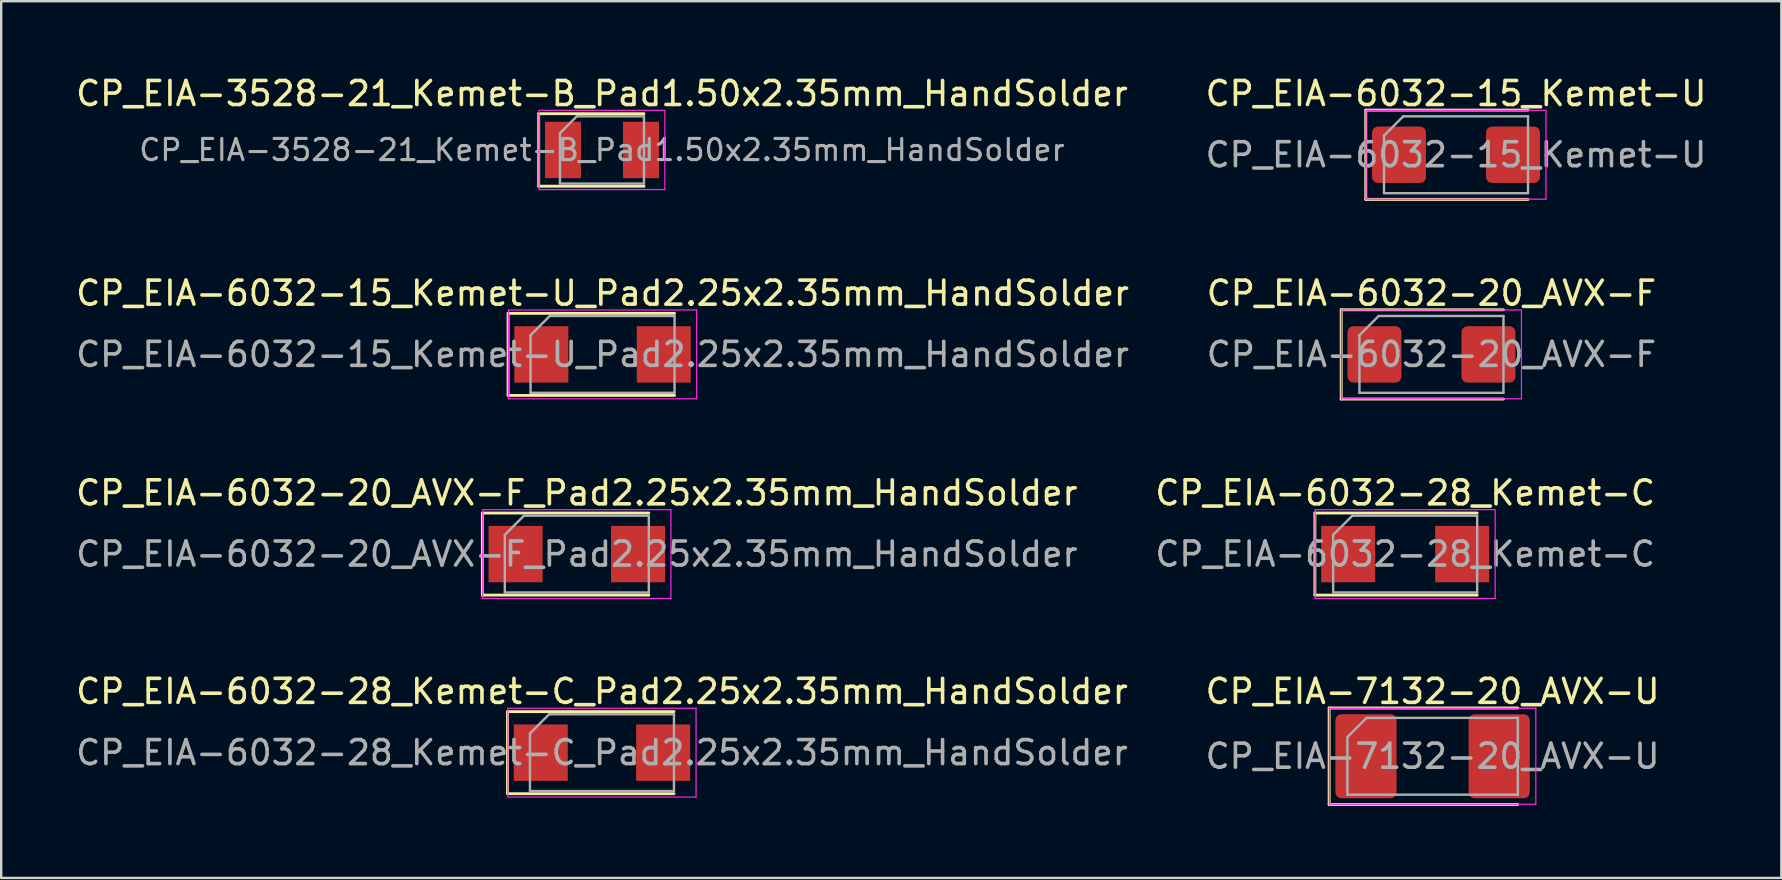
<source format=kicad_pcb>
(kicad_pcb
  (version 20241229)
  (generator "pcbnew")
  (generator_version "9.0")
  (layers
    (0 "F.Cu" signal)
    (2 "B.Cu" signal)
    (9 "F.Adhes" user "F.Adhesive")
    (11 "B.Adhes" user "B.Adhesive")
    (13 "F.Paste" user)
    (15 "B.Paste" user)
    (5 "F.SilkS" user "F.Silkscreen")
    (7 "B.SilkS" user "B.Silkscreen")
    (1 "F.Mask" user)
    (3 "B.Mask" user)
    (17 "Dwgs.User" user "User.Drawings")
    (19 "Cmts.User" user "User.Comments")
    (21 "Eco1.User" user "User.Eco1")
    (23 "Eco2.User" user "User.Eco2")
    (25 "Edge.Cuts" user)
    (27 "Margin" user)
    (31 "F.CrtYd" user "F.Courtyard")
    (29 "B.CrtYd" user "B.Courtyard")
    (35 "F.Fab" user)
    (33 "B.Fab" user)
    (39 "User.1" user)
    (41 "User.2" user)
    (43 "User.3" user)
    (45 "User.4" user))
  (footprint "CP_EIA-6032-28_Kemet-C_Pad2.25x2.35mm_HandSolder"
    (layer "F.Cu")
    (at 22.03 28.308)
    (property "Reference" "CP_EIA-6032-28_Kemet-C_Pad2.25x2.35mm_HandSolder" (at 0 -2.55 0) (layer "F.SilkS") (effects (font (size 1 1) (thickness 0.15))))
    (attr smd)
    (fp_line (start -3.935 -1.71) (end -3.935 1.71) (stroke (width 0.12) (type solid)) (layer "F.SilkS"))
    (fp_line (start -3.935 1.71) (end 3 1.71) (stroke (width 0.12) (type solid)) (layer "F.SilkS"))
    (fp_line (start 3 -1.71) (end -3.935 -1.71) (stroke (width 0.12) (type solid)) (layer "F.SilkS"))
    (fp_line (start -3.92 -1.85) (end 3.92 -1.85) (stroke (width 0.05) (type solid)) (layer "F.CrtYd"))
    (fp_line (start -3.92 1.85) (end -3.92 -1.85) (stroke (width 0.05) (type solid)) (layer "F.CrtYd"))
    (fp_line (start 3.92 -1.85) (end 3.92 1.85) (stroke (width 0.05) (type solid)) (layer "F.CrtYd"))
    (fp_line (start 3.92 1.85) (end -3.92 1.85) (stroke (width 0.05) (type solid)) (layer "F.CrtYd"))
    (fp_line (start -3 -0.8) (end -3 1.6) (stroke (width 0.1) (type solid)) (layer "F.Fab"))
    (fp_line (start -3 1.6) (end 3 1.6) (stroke (width 0.1) (type solid)) (layer "F.Fab"))
    (fp_line (start -2.2 -1.6) (end -3 -0.8) (stroke (width 0.1) (type solid)) (layer "F.Fab"))
    (fp_line (start 3 -1.6) (end -2.2 -1.6) (stroke (width 0.1) (type solid)) (layer "F.Fab"))
    (fp_line (start 3 1.6) (end 3 -1.6) (stroke (width 0.1) (type solid)) (layer "F.Fab"))
    (fp_text user "${REFERENCE}" (at 0 0 0) (layer "F.Fab") (effects (font (size 1 1) (thickness 0.15))))
    (pad "1" smd rect (at -2.55 0) (size 2.25 2.35) (layers "F.Cu" "F.Mask" "F.Paste"))
    (pad "2" smd rect (at 2.55 0) (size 2.25 2.35) (layers "F.Cu" "F.Mask" "F.Paste")))
  (footprint "CP_EIA-7132-20_AVX-U"
    (layer "F.Cu")
    (at 56.637 28.458)
    (property "Reference" "CP_EIA-7132-20_AVX-U" (at 0 -2.7 0) (layer "F.SilkS") (effects (font (size 1 1) (thickness 0.15))))
    (attr smd)
    (fp_line (start -4.31 -2.01) (end -4.31 2.01) (stroke (width 0.12) (type solid)) (layer "F.SilkS"))
    (fp_line (start -4.31 2.01) (end 3.55 2.01) (stroke (width 0.12) (type solid)) (layer "F.SilkS"))
    (fp_line (start 3.55 -2.01) (end -4.31 -2.01) (stroke (width 0.12) (type solid)) (layer "F.SilkS"))
    (fp_line (start -4.3 -2) (end 4.3 -2) (stroke (width 0.05) (type solid)) (layer "F.CrtYd"))
    (fp_line (start -4.3 2) (end -4.3 -2) (stroke (width 0.05) (type solid)) (layer "F.CrtYd"))
    (fp_line (start 4.3 -2) (end 4.3 2) (stroke (width 0.05) (type solid)) (layer "F.CrtYd"))
    (fp_line (start 4.3 2) (end -4.3 2) (stroke (width 0.05) (type solid)) (layer "F.CrtYd"))
    (fp_line (start -3.55 -0.8) (end -3.55 1.6) (stroke (width 0.1) (type solid)) (layer "F.Fab"))
    (fp_line (start -3.55 1.6) (end 3.55 1.6) (stroke (width 0.1) (type solid)) (layer "F.Fab"))
    (fp_line (start -2.75 -1.6) (end -3.55 -0.8) (stroke (width 0.1) (type solid)) (layer "F.Fab"))
    (fp_line (start 3.55 -1.6) (end -2.75 -1.6) (stroke (width 0.1) (type solid)) (layer "F.Fab"))
    (fp_line (start 3.55 1.6) (end 3.55 -1.6) (stroke (width 0.1) (type solid)) (layer "F.Fab"))
    (fp_text user "${REFERENCE}" (at 0 0 0) (layer "F.Fab") (effects (font (size 1 1) (thickness 0.15))))
    (pad "1" smd roundrect (at -2.775 0) (size 2.55 3.5) (layers "F.Cu" "F.Mask" "F.Paste") (roundrect_rratio 0.098))
    (pad "2" smd roundrect (at 2.775 0) (size 2.55 3.5) (layers "F.Cu" "F.Mask" "F.Paste") (roundrect_rratio 0.098)))
  (footprint "CP_EIA-6032-15_Kemet-U"
    (layer "F.Cu")
    (at 57.613 3.398)
    (property "Reference" "CP_EIA-6032-15_Kemet-U" (at 0 -2.55 0) (layer "F.SilkS") (effects (font (size 1 1) (thickness 0.15))))
    (attr smd)
    (fp_line (start -3.76 -1.86) (end -3.76 1.86) (stroke (width 0.12) (type solid)) (layer "F.SilkS"))
    (fp_line (start -3.76 1.86) (end 3 1.86) (stroke (width 0.12) (type solid)) (layer "F.SilkS"))
    (fp_line (start 3 -1.86) (end -3.76 -1.86) (stroke (width 0.12) (type solid)) (layer "F.SilkS"))
    (fp_line (start -3.75 -1.85) (end 3.75 -1.85) (stroke (width 0.05) (type solid)) (layer "F.CrtYd"))
    (fp_line (start -3.75 1.85) (end -3.75 -1.85) (stroke (width 0.05) (type solid)) (layer "F.CrtYd"))
    (fp_line (start 3.75 -1.85) (end 3.75 1.85) (stroke (width 0.05) (type solid)) (layer "F.CrtYd"))
    (fp_line (start 3.75 1.85) (end -3.75 1.85) (stroke (width 0.05) (type solid)) (layer "F.CrtYd"))
    (fp_line (start -3 -0.8) (end -3 1.6) (stroke (width 0.1) (type solid)) (layer "F.Fab"))
    (fp_line (start -3 1.6) (end 3 1.6) (stroke (width 0.1) (type solid)) (layer "F.Fab"))
    (fp_line (start -2.2 -1.6) (end -3 -0.8) (stroke (width 0.1) (type solid)) (layer "F.Fab"))
    (fp_line (start 3 -1.6) (end -2.2 -1.6) (stroke (width 0.1) (type solid)) (layer "F.Fab"))
    (fp_line (start 3 1.6) (end 3 -1.6) (stroke (width 0.1) (type solid)) (layer "F.Fab"))
    (fp_text user "${REFERENCE}" (at 0 0 0) (layer "F.Fab") (effects (font (size 1 1) (thickness 0.15))))
    (pad "1" smd roundrect (at -2.375 0) (size 2.25 2.35) (layers "F.Cu" "F.Mask" "F.Paste") (roundrect_rratio 0.111))
    (pad "2" smd roundrect (at 2.375 0) (size 2.25 2.35) (layers "F.Cu" "F.Mask" "F.Paste") (roundrect_rratio 0.111)))
  (footprint "CP_EIA-6032-20_AVX-F_Pad2.25x2.35mm_HandSolder"
    (layer "F.Cu")
    (at 20.982 20.035)
    (property "Reference" "CP_EIA-6032-20_AVX-F_Pad2.25x2.35mm_HandSolder" (at 0 -2.55 0) (layer "F.SilkS") (effects (font (size 1 1) (thickness 0.15))))
    (attr smd)
    (fp_line (start -3.935 -1.71) (end -3.935 1.71) (stroke (width 0.12) (type solid)) (layer "F.SilkS"))
    (fp_line (start -3.935 1.71) (end 3 1.71) (stroke (width 0.12) (type solid)) (layer "F.SilkS"))
    (fp_line (start 3 -1.71) (end -3.935 -1.71) (stroke (width 0.12) (type solid)) (layer "F.SilkS"))
    (fp_line (start -3.92 -1.85) (end 3.92 -1.85) (stroke (width 0.05) (type solid)) (layer "F.CrtYd"))
    (fp_line (start -3.92 1.85) (end -3.92 -1.85) (stroke (width 0.05) (type solid)) (layer "F.CrtYd"))
    (fp_line (start 3.92 -1.85) (end 3.92 1.85) (stroke (width 0.05) (type solid)) (layer "F.CrtYd"))
    (fp_line (start 3.92 1.85) (end -3.92 1.85) (stroke (width 0.05) (type solid)) (layer "F.CrtYd"))
    (fp_line (start -3 -0.8) (end -3 1.6) (stroke (width 0.1) (type solid)) (layer "F.Fab"))
    (fp_line (start -3 1.6) (end 3 1.6) (stroke (width 0.1) (type solid)) (layer "F.Fab"))
    (fp_line (start -2.2 -1.6) (end -3 -0.8) (stroke (width 0.1) (type solid)) (layer "F.Fab"))
    (fp_line (start 3 -1.6) (end -2.2 -1.6) (stroke (width 0.1) (type solid)) (layer "F.Fab"))
    (fp_line (start 3 1.6) (end 3 -1.6) (stroke (width 0.1) (type solid)) (layer "F.Fab"))
    (fp_text user "${REFERENCE}" (at 0 0 0) (layer "F.Fab") (effects (font (size 1 1) (thickness 0.15))))
    (pad "1" smd rect (at -2.55 0) (size 2.25 2.35) (layers "F.Cu" "F.Mask" "F.Paste"))
    (pad "2" smd rect (at 2.55 0) (size 2.25 2.35) (layers "F.Cu" "F.Mask" "F.Paste")))
  (footprint "CP_EIA-6032-20_AVX-F"
    (layer "F.Cu")
    (at 56.589 11.716)
    (property "Reference" "CP_EIA-6032-20_AVX-F" (at 0 -2.55 0) (layer "F.SilkS") (effects (font (size 1 1) (thickness 0.15))))
    (attr smd)
    (fp_line (start -3.76 -1.86) (end -3.76 1.86) (stroke (width 0.12) (type solid)) (layer "F.SilkS"))
    (fp_line (start -3.76 1.86) (end 3 1.86) (stroke (width 0.12) (type solid)) (layer "F.SilkS"))
    (fp_line (start 3 -1.86) (end -3.76 -1.86) (stroke (width 0.12) (type solid)) (layer "F.SilkS"))
    (fp_line (start -3.75 -1.85) (end 3.75 -1.85) (stroke (width 0.05) (type solid)) (layer "F.CrtYd"))
    (fp_line (start -3.75 1.85) (end -3.75 -1.85) (stroke (width 0.05) (type solid)) (layer "F.CrtYd"))
    (fp_line (start 3.75 -1.85) (end 3.75 1.85) (stroke (width 0.05) (type solid)) (layer "F.CrtYd"))
    (fp_line (start 3.75 1.85) (end -3.75 1.85) (stroke (width 0.05) (type solid)) (layer "F.CrtYd"))
    (fp_line (start -3 -0.8) (end -3 1.6) (stroke (width 0.1) (type solid)) (layer "F.Fab"))
    (fp_line (start -3 1.6) (end 3 1.6) (stroke (width 0.1) (type solid)) (layer "F.Fab"))
    (fp_line (start -2.2 -1.6) (end -3 -0.8) (stroke (width 0.1) (type solid)) (layer "F.Fab"))
    (fp_line (start 3 -1.6) (end -2.2 -1.6) (stroke (width 0.1) (type solid)) (layer "F.Fab"))
    (fp_line (start 3 1.6) (end 3 -1.6) (stroke (width 0.1) (type solid)) (layer "F.Fab"))
    (fp_text user "${REFERENCE}" (at 0 0 0) (layer "F.Fab") (effects (font (size 1 1) (thickness 0.15))))
    (pad "1" smd roundrect (at -2.375 0) (size 2.25 2.35) (layers "F.Cu" "F.Mask" "F.Paste") (roundrect_rratio 0.111))
    (pad "2" smd roundrect (at 2.375 0) (size 2.25 2.35) (layers "F.Cu" "F.Mask" "F.Paste") (roundrect_rratio 0.111)))
  (footprint "CP_EIA-6032-15_Kemet-U_Pad2.25x2.35mm_HandSolder"
    (layer "F.Cu")
    (at 22.054 11.716)
    (property "Reference" "CP_EIA-6032-15_Kemet-U_Pad2.25x2.35mm_HandSolder" (at 0 -2.55 0) (layer "F.SilkS") (effects (font (size 1 1) (thickness 0.15))))
    (attr smd)
    (fp_line (start -3.935 -1.71) (end -3.935 1.71) (stroke (width 0.12) (type solid)) (layer "F.SilkS"))
    (fp_line (start -3.935 1.71) (end 3 1.71) (stroke (width 0.12) (type solid)) (layer "F.SilkS"))
    (fp_line (start 3 -1.71) (end -3.935 -1.71) (stroke (width 0.12) (type solid)) (layer "F.SilkS"))
    (fp_line (start -3.92 -1.85) (end 3.92 -1.85) (stroke (width 0.05) (type solid)) (layer "F.CrtYd"))
    (fp_line (start -3.92 1.85) (end -3.92 -1.85) (stroke (width 0.05) (type solid)) (layer "F.CrtYd"))
    (fp_line (start 3.92 -1.85) (end 3.92 1.85) (stroke (width 0.05) (type solid)) (layer "F.CrtYd"))
    (fp_line (start 3.92 1.85) (end -3.92 1.85) (stroke (width 0.05) (type solid)) (layer "F.CrtYd"))
    (fp_line (start -3 -0.8) (end -3 1.6) (stroke (width 0.1) (type solid)) (layer "F.Fab"))
    (fp_line (start -3 1.6) (end 3 1.6) (stroke (width 0.1) (type solid)) (layer "F.Fab"))
    (fp_line (start -2.2 -1.6) (end -3 -0.8) (stroke (width 0.1) (type solid)) (layer "F.Fab"))
    (fp_line (start 3 -1.6) (end -2.2 -1.6) (stroke (width 0.1) (type solid)) (layer "F.Fab"))
    (fp_line (start 3 1.6) (end 3 -1.6) (stroke (width 0.1) (type solid)) (layer "F.Fab"))
    (fp_text user "${REFERENCE}" (at 0 0 0) (layer "F.Fab") (effects (font (size 1 1) (thickness 0.15))))
    (pad "1" smd rect (at -2.55 0) (size 2.25 2.35) (layers "F.Cu" "F.Mask" "F.Paste"))
    (pad "2" smd rect (at 2.55 0) (size 2.25 2.35) (layers "F.Cu" "F.Mask" "F.Paste")))
  (footprint "CP_EIA-6032-28_Kemet-C"
    (layer "F.Cu")
    (at 55.494 20.035)
    (property "Reference" "CP_EIA-6032-28_Kemet-C" (at 0 -2.55 0) (layer "F.SilkS") (effects (font (size 1 1) (thickness 0.15))))
    (attr smd)
    (fp_line (start -3.76 -1.71) (end -3.76 1.71) (stroke (width 0.12) (type solid)) (layer "F.SilkS"))
    (fp_line (start -3.76 1.71) (end 3 1.71) (stroke (width 0.12) (type solid)) (layer "F.SilkS"))
    (fp_line (start 3 -1.71) (end -3.76 -1.71) (stroke (width 0.12) (type solid)) (layer "F.SilkS"))
    (fp_line (start -3.75 -1.85) (end 3.75 -1.85) (stroke (width 0.05) (type solid)) (layer "F.CrtYd"))
    (fp_line (start -3.75 1.85) (end -3.75 -1.85) (stroke (width 0.05) (type solid)) (layer "F.CrtYd"))
    (fp_line (start 3.75 -1.85) (end 3.75 1.85) (stroke (width 0.05) (type solid)) (layer "F.CrtYd"))
    (fp_line (start 3.75 1.85) (end -3.75 1.85) (stroke (width 0.05) (type solid)) (layer "F.CrtYd"))
    (fp_line (start -3 -0.8) (end -3 1.6) (stroke (width 0.1) (type solid)) (layer "F.Fab"))
    (fp_line (start -3 1.6) (end 3 1.6) (stroke (width 0.1) (type solid)) (layer "F.Fab"))
    (fp_line (start -2.2 -1.6) (end -3 -0.8) (stroke (width 0.1) (type solid)) (layer "F.Fab"))
    (fp_line (start 3 -1.6) (end -2.2 -1.6) (stroke (width 0.1) (type solid)) (layer "F.Fab"))
    (fp_line (start 3 1.6) (end 3 -1.6) (stroke (width 0.1) (type solid)) (layer "F.Fab"))
    (fp_text user "${REFERENCE}" (at 0 0 0) (layer "F.Fab") (effects (font (size 1 1) (thickness 0.15))))
    (pad "1" smd rect (at -2.375 0) (size 2.25 2.35) (layers "F.Cu" "F.Mask" "F.Paste"))
    (pad "2" smd rect (at 2.375 0) (size 2.25 2.35) (layers "F.Cu" "F.Mask" "F.Paste")))
  (footprint "CP_EIA-3528-21_Kemet-B_Pad1.50x2.35mm_HandSolder"
    (layer "F.Cu")
    (at 22.03 3.198)
    (property "Reference" "CP_EIA-3528-21_Kemet-B_Pad1.50x2.35mm_HandSolder" (at 0 -2.35 0) (layer "F.SilkS") (effects (font (size 1 1) (thickness 0.15))))
    (attr smd)
    (fp_line (start -2.635 -1.51) (end -2.635 1.51) (stroke (width 0.12) (type solid)) (layer "F.SilkS"))
    (fp_line (start -2.635 1.51) (end 1.75 1.51) (stroke (width 0.12) (type solid)) (layer "F.SilkS"))
    (fp_line (start 1.75 -1.51) (end -2.635 -1.51) (stroke (width 0.12) (type solid)) (layer "F.SilkS"))
    (fp_line (start -2.62 -1.65) (end 2.62 -1.65) (stroke (width 0.05) (type solid)) (layer "F.CrtYd"))
    (fp_line (start -2.62 1.65) (end -2.62 -1.65) (stroke (width 0.05) (type solid)) (layer "F.CrtYd"))
    (fp_line (start 2.62 -1.65) (end 2.62 1.65) (stroke (width 0.05) (type solid)) (layer "F.CrtYd"))
    (fp_line (start 2.62 1.65) (end -2.62 1.65) (stroke (width 0.05) (type solid)) (layer "F.CrtYd"))
    (fp_line (start -1.75 -0.7) (end -1.75 1.4) (stroke (width 0.1) (type solid)) (layer "F.Fab"))
    (fp_line (start -1.75 1.4) (end 1.75 1.4) (stroke (width 0.1) (type solid)) (layer "F.Fab"))
    (fp_line (start -1.05 -1.4) (end -1.75 -0.7) (stroke (width 0.1) (type solid)) (layer "F.Fab"))
    (fp_line (start 1.75 -1.4) (end -1.05 -1.4) (stroke (width 0.1) (type solid)) (layer "F.Fab"))
    (fp_line (start 1.75 1.4) (end 1.75 -1.4) (stroke (width 0.1) (type solid)) (layer "F.Fab"))
    (fp_text user "${REFERENCE}" (at 0 0 0) (layer "F.Fab") (effects (font (size 0.88 0.88) (thickness 0.13))))
    (pad "1" smd rect (at -1.625 0) (size 1.5 2.35) (layers "F.Cu" "F.Mask" "F.Paste"))
    (pad "2" smd rect (at 1.625 0) (size 1.5 2.35) (layers "F.Cu" "F.Mask" "F.Paste")))
  (gr_rect
    (start -3 -3)
    (end 71.167 33.528)
    (stroke (width 0.1) (type default))
    (fill no)
    (layer "Edge.Cuts")))
</source>
